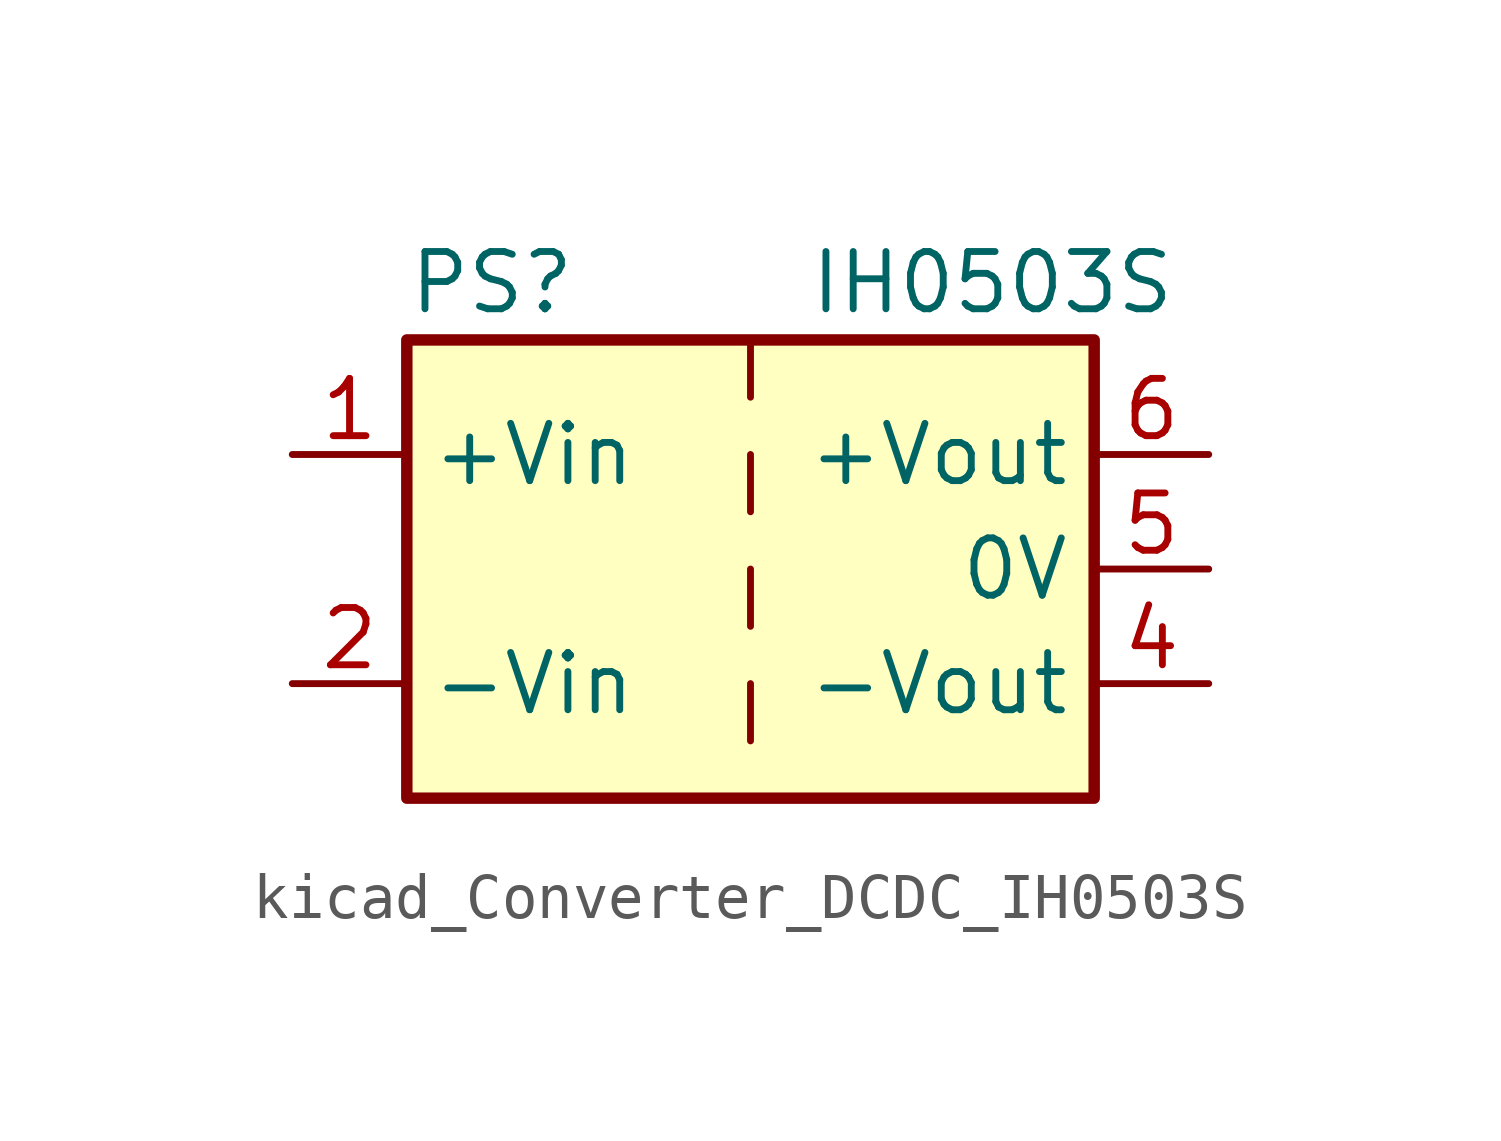
<source format=kicad_sym>
(kicad_symbol_lib
  (version 20220914)
  (generator kicad_symbol_editor)
  (symbol "kicad_Converter_DCDC_IH0503S"
    (property "Reference" "PS"
      (at -7.62 6.35 0)
      (effects (font (size 1.27 1.27)) (justify left)))
    (property "Value" "IH0503S"
      (at 1.27 6.35 0)
      (effects (font (size 1.27 1.27)) (justify left)))
    (symbol "kicad_Converter_DCDC_IH0503S_0_0"
      (pin power_in line (at -10.16 2.54 0) (length 2.54) (name "+Vin" (effects (font (size 1.27 1.27)))) (number "1" (effects (font (size 1.27 1.27)))))
      (pin power_in line (at -10.16 -2.54 0) (length 2.54) (name "-Vin" (effects (font (size 1.27 1.27)))) (number "2" (effects (font (size 1.27 1.27)))))
      (pin power_out line (at 10.16 -2.54 180) (length 2.54) (name "-Vout" (effects (font (size 1.27 1.27)))) (number "4" (effects (font (size 1.27 1.27)))))
      (pin power_out line (at 10.16 0 180) (length 2.54) (name "0V" (effects (font (size 1.27 1.27)))) (number "5" (effects (font (size 1.27 1.27)))))
      (pin power_out line (at 10.16 2.54 180) (length 2.54) (name "+Vout" (effects (font (size 1.27 1.27)))) (number "6" (effects (font (size 1.27 1.27))))))
    (symbol "kicad_Converter_DCDC_IH0503S_0_1"
      (rectangle (start -7.62 5.08) (end 7.62 -5.08) (stroke (width 0.254) (type default)) (fill (type background)))
      (polyline (pts (xy 0 -2.54) (xy 0 -3.81)) (stroke (width 0) (type default)) (fill (type none)))
      (polyline (pts (xy 0 0) (xy 0 -1.27)) (stroke (width 0) (type default)) (fill (type none)))
      (polyline (pts (xy 0 2.54) (xy 0 1.27)) (stroke (width 0) (type default)) (fill (type none)))
      (polyline (pts (xy 0 5.08) (xy 0 3.81)) (stroke (width 0) (type default)) (fill (type none))))))
</source>
